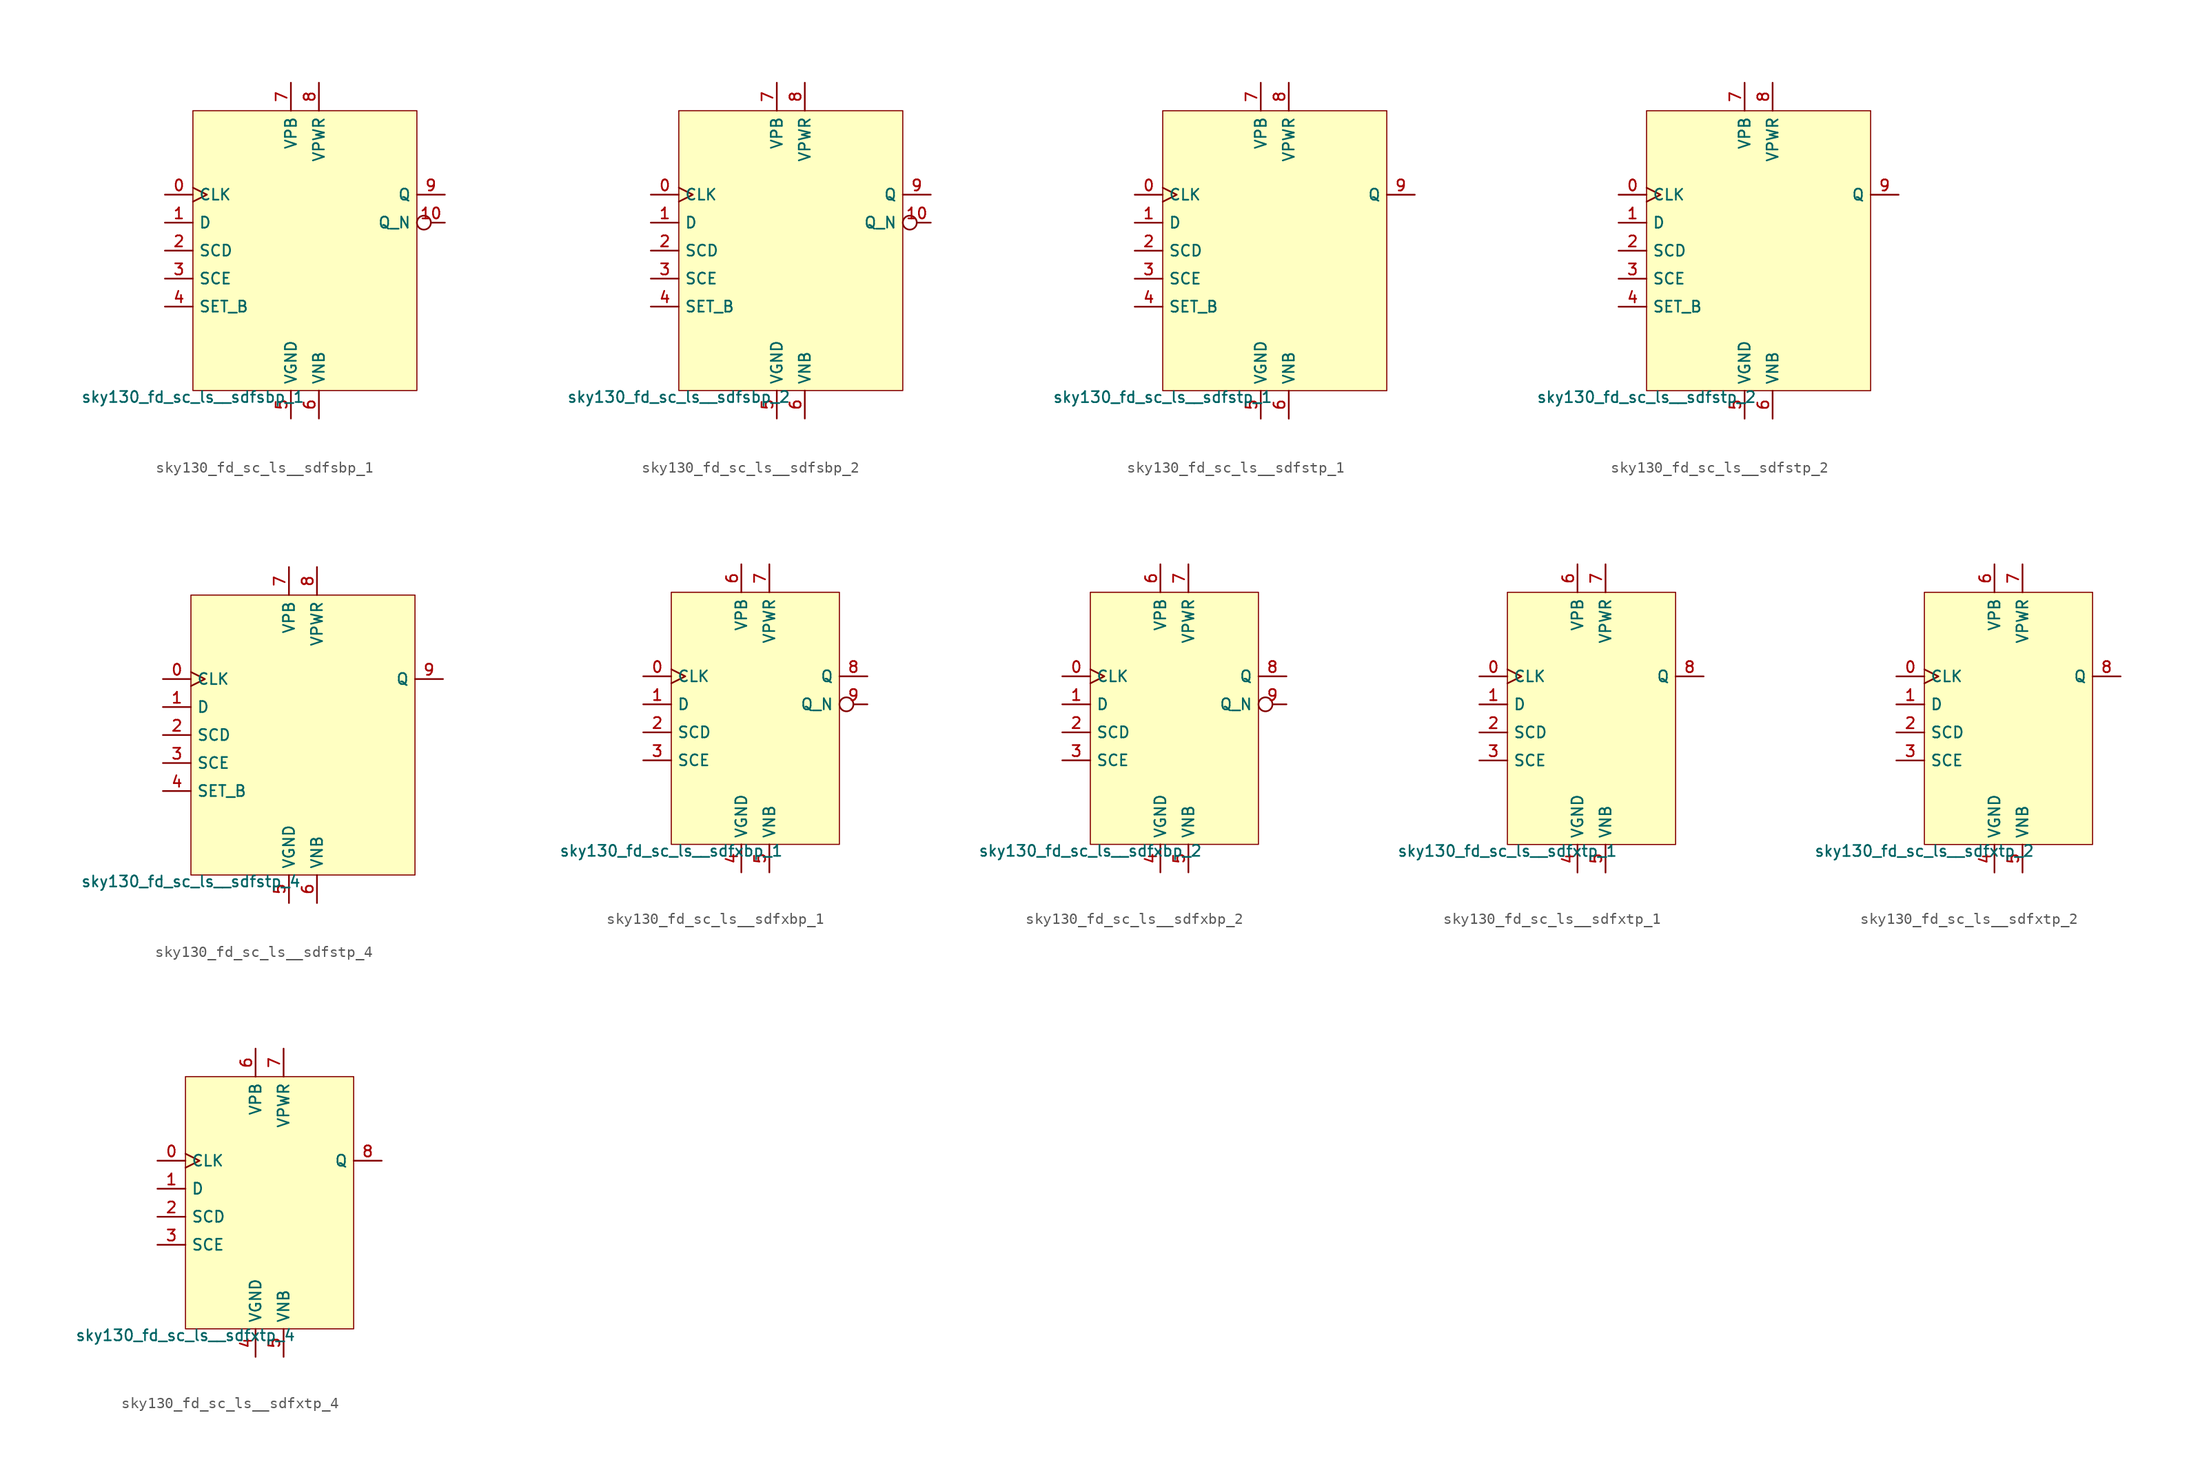
<source format=kicad_sym>
(kicad_symbol_lib
  (version 20211014)
  (generator lef2kicad_sym)
  (symbol "sky130_fd_sc_ls__sdfsbp_1"
    (property "Reference" "X"
      (at 0 0 0)
      (effects (font (size 1 1)) hide))
    (property "Value" "sky130_fd_sc_ls__sdfsbp_1"
      (at -10.16 -12.7 0)
      (effects (font (size 1 1)) (justify top)))
    (rectangle
      (start -10.16 -12.7)
      (end 10.16 12.7)
      (stroke (width 0.1) (type solid) (color 0 0 0 0))
      (fill (type background)))
    (pin input clock
      (at -12.7 5.08 0)
      (length 2.54)
      (name "CLK" (effects (font (size 1 1)) hide))
      (number "0" (effects (font (size 1 1)) hide)))
    (pin input line
      (at -12.7 2.54 0)
      (length 2.54)
      (name "D" (effects (font (size 1 1)) hide))
      (number "1" (effects (font (size 1 1)) hide)))
    (pin input line
      (at -12.7 -8.881784197001252e-16 0)
      (length 2.54)
      (name "SCD" (effects (font (size 1 1)) hide))
      (number "2" (effects (font (size 1 1)) hide)))
    (pin input line
      (at -12.7 -2.54 0)
      (length 2.54)
      (name "SCE" (effects (font (size 1 1)) hide))
      (number "3" (effects (font (size 1 1)) hide)))
    (pin input line
      (at -12.7 -5.08 0)
      (length 2.54)
      (name "SET_B" (effects (font (size 1 1)) hide))
      (number "4" (effects (font (size 1 1)) hide)))
    (pin power_in line
      (at -1.27 -15.24 90)
      (length 2.54)
      (name "VGND" (effects (font (size 1 1)) hide))
      (number "5" (effects (font (size 1 1)) hide)))
    (pin power_in line
      (at 1.27 -15.24 90)
      (length 2.54)
      (name "VNB" (effects (font (size 1 1)) hide))
      (number "6" (effects (font (size 1 1)) hide)))
    (pin power_in line
      (at -1.27 15.24 270)
      (length 2.54)
      (name "VPB" (effects (font (size 1 1)) hide))
      (number "7" (effects (font (size 1 1)) hide)))
    (pin power_in line
      (at 1.27 15.24 270)
      (length 2.54)
      (name "VPWR" (effects (font (size 1 1)) hide))
      (number "8" (effects (font (size 1 1)) hide)))
    (pin output line
      (at 12.7 5.08 180)
      (length 2.54)
      (name "Q" (effects (font (size 1 1)) hide))
      (number "9" (effects (font (size 1 1)) hide)))
    (pin output inverted
      (at 12.7 2.54 180)
      (length 2.54)
      (name "Q_N" (effects (font (size 1 1)) hide))
      (number "10" (effects (font (size 1 1)) hide))))
  (symbol "sky130_fd_sc_ls__sdfsbp_2"
    (property "Reference" "X"
      (at 0 0 0)
      (effects (font (size 1 1)) hide))
    (property "Value" "sky130_fd_sc_ls__sdfsbp_2"
      (at -10.16 -12.7 0)
      (effects (font (size 1 1)) (justify top)))
    (rectangle
      (start -10.16 -12.7)
      (end 10.16 12.7)
      (stroke (width 0.1) (type solid) (color 0 0 0 0))
      (fill (type background)))
    (pin input clock
      (at -12.7 5.08 0)
      (length 2.54)
      (name "CLK" (effects (font (size 1 1)) hide))
      (number "0" (effects (font (size 1 1)) hide)))
    (pin input line
      (at -12.7 2.54 0)
      (length 2.54)
      (name "D" (effects (font (size 1 1)) hide))
      (number "1" (effects (font (size 1 1)) hide)))
    (pin input line
      (at -12.7 -8.881784197001252e-16 0)
      (length 2.54)
      (name "SCD" (effects (font (size 1 1)) hide))
      (number "2" (effects (font (size 1 1)) hide)))
    (pin input line
      (at -12.7 -2.54 0)
      (length 2.54)
      (name "SCE" (effects (font (size 1 1)) hide))
      (number "3" (effects (font (size 1 1)) hide)))
    (pin input line
      (at -12.7 -5.08 0)
      (length 2.54)
      (name "SET_B" (effects (font (size 1 1)) hide))
      (number "4" (effects (font (size 1 1)) hide)))
    (pin power_in line
      (at -1.27 -15.24 90)
      (length 2.54)
      (name "VGND" (effects (font (size 1 1)) hide))
      (number "5" (effects (font (size 1 1)) hide)))
    (pin power_in line
      (at 1.27 -15.24 90)
      (length 2.54)
      (name "VNB" (effects (font (size 1 1)) hide))
      (number "6" (effects (font (size 1 1)) hide)))
    (pin power_in line
      (at -1.27 15.24 270)
      (length 2.54)
      (name "VPB" (effects (font (size 1 1)) hide))
      (number "7" (effects (font (size 1 1)) hide)))
    (pin power_in line
      (at 1.27 15.24 270)
      (length 2.54)
      (name "VPWR" (effects (font (size 1 1)) hide))
      (number "8" (effects (font (size 1 1)) hide)))
    (pin output line
      (at 12.7 5.08 180)
      (length 2.54)
      (name "Q" (effects (font (size 1 1)) hide))
      (number "9" (effects (font (size 1 1)) hide)))
    (pin output inverted
      (at 12.7 2.54 180)
      (length 2.54)
      (name "Q_N" (effects (font (size 1 1)) hide))
      (number "10" (effects (font (size 1 1)) hide))))
  (symbol "sky130_fd_sc_ls__sdfstp_1"
    (property "Reference" "X"
      (at 0 0 0)
      (effects (font (size 1 1)) hide))
    (property "Value" "sky130_fd_sc_ls__sdfstp_1"
      (at -10.16 -12.7 0)
      (effects (font (size 1 1)) (justify top)))
    (rectangle
      (start -10.16 -12.7)
      (end 10.16 12.7)
      (stroke (width 0.1) (type solid) (color 0 0 0 0))
      (fill (type background)))
    (pin input clock
      (at -12.7 5.08 0)
      (length 2.54)
      (name "CLK" (effects (font (size 1 1)) hide))
      (number "0" (effects (font (size 1 1)) hide)))
    (pin input line
      (at -12.7 2.54 0)
      (length 2.54)
      (name "D" (effects (font (size 1 1)) hide))
      (number "1" (effects (font (size 1 1)) hide)))
    (pin input line
      (at -12.7 -8.881784197001252e-16 0)
      (length 2.54)
      (name "SCD" (effects (font (size 1 1)) hide))
      (number "2" (effects (font (size 1 1)) hide)))
    (pin input line
      (at -12.7 -2.54 0)
      (length 2.54)
      (name "SCE" (effects (font (size 1 1)) hide))
      (number "3" (effects (font (size 1 1)) hide)))
    (pin input line
      (at -12.7 -5.08 0)
      (length 2.54)
      (name "SET_B" (effects (font (size 1 1)) hide))
      (number "4" (effects (font (size 1 1)) hide)))
    (pin power_in line
      (at -1.27 -15.24 90)
      (length 2.54)
      (name "VGND" (effects (font (size 1 1)) hide))
      (number "5" (effects (font (size 1 1)) hide)))
    (pin power_in line
      (at 1.27 -15.24 90)
      (length 2.54)
      (name "VNB" (effects (font (size 1 1)) hide))
      (number "6" (effects (font (size 1 1)) hide)))
    (pin power_in line
      (at -1.27 15.24 270)
      (length 2.54)
      (name "VPB" (effects (font (size 1 1)) hide))
      (number "7" (effects (font (size 1 1)) hide)))
    (pin power_in line
      (at 1.27 15.24 270)
      (length 2.54)
      (name "VPWR" (effects (font (size 1 1)) hide))
      (number "8" (effects (font (size 1 1)) hide)))
    (pin output line
      (at 12.7 5.08 180)
      (length 2.54)
      (name "Q" (effects (font (size 1 1)) hide))
      (number "9" (effects (font (size 1 1)) hide))))
  (symbol "sky130_fd_sc_ls__sdfstp_2"
    (property "Reference" "X"
      (at 0 0 0)
      (effects (font (size 1 1)) hide))
    (property "Value" "sky130_fd_sc_ls__sdfstp_2"
      (at -10.16 -12.7 0)
      (effects (font (size 1 1)) (justify top)))
    (rectangle
      (start -10.16 -12.7)
      (end 10.16 12.7)
      (stroke (width 0.1) (type solid) (color 0 0 0 0))
      (fill (type background)))
    (pin input clock
      (at -12.7 5.08 0)
      (length 2.54)
      (name "CLK" (effects (font (size 1 1)) hide))
      (number "0" (effects (font (size 1 1)) hide)))
    (pin input line
      (at -12.7 2.54 0)
      (length 2.54)
      (name "D" (effects (font (size 1 1)) hide))
      (number "1" (effects (font (size 1 1)) hide)))
    (pin input line
      (at -12.7 -8.881784197001252e-16 0)
      (length 2.54)
      (name "SCD" (effects (font (size 1 1)) hide))
      (number "2" (effects (font (size 1 1)) hide)))
    (pin input line
      (at -12.7 -2.54 0)
      (length 2.54)
      (name "SCE" (effects (font (size 1 1)) hide))
      (number "3" (effects (font (size 1 1)) hide)))
    (pin input line
      (at -12.7 -5.08 0)
      (length 2.54)
      (name "SET_B" (effects (font (size 1 1)) hide))
      (number "4" (effects (font (size 1 1)) hide)))
    (pin power_in line
      (at -1.27 -15.24 90)
      (length 2.54)
      (name "VGND" (effects (font (size 1 1)) hide))
      (number "5" (effects (font (size 1 1)) hide)))
    (pin power_in line
      (at 1.27 -15.24 90)
      (length 2.54)
      (name "VNB" (effects (font (size 1 1)) hide))
      (number "6" (effects (font (size 1 1)) hide)))
    (pin power_in line
      (at -1.27 15.24 270)
      (length 2.54)
      (name "VPB" (effects (font (size 1 1)) hide))
      (number "7" (effects (font (size 1 1)) hide)))
    (pin power_in line
      (at 1.27 15.24 270)
      (length 2.54)
      (name "VPWR" (effects (font (size 1 1)) hide))
      (number "8" (effects (font (size 1 1)) hide)))
    (pin output line
      (at 12.7 5.08 180)
      (length 2.54)
      (name "Q" (effects (font (size 1 1)) hide))
      (number "9" (effects (font (size 1 1)) hide))))
  (symbol "sky130_fd_sc_ls__sdfstp_4"
    (property "Reference" "X"
      (at 0 0 0)
      (effects (font (size 1 1)) hide))
    (property "Value" "sky130_fd_sc_ls__sdfstp_4"
      (at -10.16 -12.7 0)
      (effects (font (size 1 1)) (justify top)))
    (rectangle
      (start -10.16 -12.7)
      (end 10.16 12.7)
      (stroke (width 0.1) (type solid) (color 0 0 0 0))
      (fill (type background)))
    (pin input clock
      (at -12.7 5.08 0)
      (length 2.54)
      (name "CLK" (effects (font (size 1 1)) hide))
      (number "0" (effects (font (size 1 1)) hide)))
    (pin input line
      (at -12.7 2.54 0)
      (length 2.54)
      (name "D" (effects (font (size 1 1)) hide))
      (number "1" (effects (font (size 1 1)) hide)))
    (pin input line
      (at -12.7 -8.881784197001252e-16 0)
      (length 2.54)
      (name "SCD" (effects (font (size 1 1)) hide))
      (number "2" (effects (font (size 1 1)) hide)))
    (pin input line
      (at -12.7 -2.54 0)
      (length 2.54)
      (name "SCE" (effects (font (size 1 1)) hide))
      (number "3" (effects (font (size 1 1)) hide)))
    (pin input line
      (at -12.7 -5.08 0)
      (length 2.54)
      (name "SET_B" (effects (font (size 1 1)) hide))
      (number "4" (effects (font (size 1 1)) hide)))
    (pin power_in line
      (at -1.27 -15.24 90)
      (length 2.54)
      (name "VGND" (effects (font (size 1 1)) hide))
      (number "5" (effects (font (size 1 1)) hide)))
    (pin power_in line
      (at 1.27 -15.24 90)
      (length 2.54)
      (name "VNB" (effects (font (size 1 1)) hide))
      (number "6" (effects (font (size 1 1)) hide)))
    (pin power_in line
      (at -1.27 15.24 270)
      (length 2.54)
      (name "VPB" (effects (font (size 1 1)) hide))
      (number "7" (effects (font (size 1 1)) hide)))
    (pin power_in line
      (at 1.27 15.24 270)
      (length 2.54)
      (name "VPWR" (effects (font (size 1 1)) hide))
      (number "8" (effects (font (size 1 1)) hide)))
    (pin output line
      (at 12.7 5.08 180)
      (length 2.54)
      (name "Q" (effects (font (size 1 1)) hide))
      (number "9" (effects (font (size 1 1)) hide))))
  (symbol "sky130_fd_sc_ls__sdfxbp_1"
    (property "Reference" "X"
      (at 0 0 0)
      (effects (font (size 1 1)) hide))
    (property "Value" "sky130_fd_sc_ls__sdfxbp_1"
      (at -7.62 -11.43 0)
      (effects (font (size 1 1)) (justify top)))
    (rectangle
      (start -7.62 -11.43)
      (end 7.62 11.43)
      (stroke (width 0.1) (type solid) (color 0 0 0 0))
      (fill (type background)))
    (pin input clock
      (at -10.16 3.81 0)
      (length 2.54)
      (name "CLK" (effects (font (size 1 1)) hide))
      (number "0" (effects (font (size 1 1)) hide)))
    (pin input line
      (at -10.16 1.27 0)
      (length 2.54)
      (name "D" (effects (font (size 1 1)) hide))
      (number "1" (effects (font (size 1 1)) hide)))
    (pin input line
      (at -10.16 -1.27 0)
      (length 2.54)
      (name "SCD" (effects (font (size 1 1)) hide))
      (number "2" (effects (font (size 1 1)) hide)))
    (pin input line
      (at -10.16 -3.81 0)
      (length 2.54)
      (name "SCE" (effects (font (size 1 1)) hide))
      (number "3" (effects (font (size 1 1)) hide)))
    (pin power_in line
      (at -1.27 -13.97 90)
      (length 2.54)
      (name "VGND" (effects (font (size 1 1)) hide))
      (number "4" (effects (font (size 1 1)) hide)))
    (pin power_in line
      (at 1.27 -13.97 90)
      (length 2.54)
      (name "VNB" (effects (font (size 1 1)) hide))
      (number "5" (effects (font (size 1 1)) hide)))
    (pin power_in line
      (at -1.27 13.97 270)
      (length 2.54)
      (name "VPB" (effects (font (size 1 1)) hide))
      (number "6" (effects (font (size 1 1)) hide)))
    (pin power_in line
      (at 1.27 13.97 270)
      (length 2.54)
      (name "VPWR" (effects (font (size 1 1)) hide))
      (number "7" (effects (font (size 1 1)) hide)))
    (pin output line
      (at 10.16 3.81 180)
      (length 2.54)
      (name "Q" (effects (font (size 1 1)) hide))
      (number "8" (effects (font (size 1 1)) hide)))
    (pin output inverted
      (at 10.16 1.27 180)
      (length 2.54)
      (name "Q_N" (effects (font (size 1 1)) hide))
      (number "9" (effects (font (size 1 1)) hide))))
  (symbol "sky130_fd_sc_ls__sdfxbp_2"
    (property "Reference" "X"
      (at 0 0 0)
      (effects (font (size 1 1)) hide))
    (property "Value" "sky130_fd_sc_ls__sdfxbp_2"
      (at -7.62 -11.43 0)
      (effects (font (size 1 1)) (justify top)))
    (rectangle
      (start -7.62 -11.43)
      (end 7.62 11.43)
      (stroke (width 0.1) (type solid) (color 0 0 0 0))
      (fill (type background)))
    (pin input clock
      (at -10.16 3.81 0)
      (length 2.54)
      (name "CLK" (effects (font (size 1 1)) hide))
      (number "0" (effects (font (size 1 1)) hide)))
    (pin input line
      (at -10.16 1.27 0)
      (length 2.54)
      (name "D" (effects (font (size 1 1)) hide))
      (number "1" (effects (font (size 1 1)) hide)))
    (pin input line
      (at -10.16 -1.27 0)
      (length 2.54)
      (name "SCD" (effects (font (size 1 1)) hide))
      (number "2" (effects (font (size 1 1)) hide)))
    (pin input line
      (at -10.16 -3.81 0)
      (length 2.54)
      (name "SCE" (effects (font (size 1 1)) hide))
      (number "3" (effects (font (size 1 1)) hide)))
    (pin power_in line
      (at -1.27 -13.97 90)
      (length 2.54)
      (name "VGND" (effects (font (size 1 1)) hide))
      (number "4" (effects (font (size 1 1)) hide)))
    (pin power_in line
      (at 1.27 -13.97 90)
      (length 2.54)
      (name "VNB" (effects (font (size 1 1)) hide))
      (number "5" (effects (font (size 1 1)) hide)))
    (pin power_in line
      (at -1.27 13.97 270)
      (length 2.54)
      (name "VPB" (effects (font (size 1 1)) hide))
      (number "6" (effects (font (size 1 1)) hide)))
    (pin power_in line
      (at 1.27 13.97 270)
      (length 2.54)
      (name "VPWR" (effects (font (size 1 1)) hide))
      (number "7" (effects (font (size 1 1)) hide)))
    (pin output line
      (at 10.16 3.81 180)
      (length 2.54)
      (name "Q" (effects (font (size 1 1)) hide))
      (number "8" (effects (font (size 1 1)) hide)))
    (pin output inverted
      (at 10.16 1.27 180)
      (length 2.54)
      (name "Q_N" (effects (font (size 1 1)) hide))
      (number "9" (effects (font (size 1 1)) hide))))
  (symbol "sky130_fd_sc_ls__sdfxtp_1"
    (property "Reference" "X"
      (at 0 0 0)
      (effects (font (size 1 1)) hide))
    (property "Value" "sky130_fd_sc_ls__sdfxtp_1"
      (at -7.62 -11.43 0)
      (effects (font (size 1 1)) (justify top)))
    (rectangle
      (start -7.62 -11.43)
      (end 7.62 11.43)
      (stroke (width 0.1) (type solid) (color 0 0 0 0))
      (fill (type background)))
    (pin input clock
      (at -10.16 3.81 0)
      (length 2.54)
      (name "CLK" (effects (font (size 1 1)) hide))
      (number "0" (effects (font (size 1 1)) hide)))
    (pin input line
      (at -10.16 1.27 0)
      (length 2.54)
      (name "D" (effects (font (size 1 1)) hide))
      (number "1" (effects (font (size 1 1)) hide)))
    (pin input line
      (at -10.16 -1.27 0)
      (length 2.54)
      (name "SCD" (effects (font (size 1 1)) hide))
      (number "2" (effects (font (size 1 1)) hide)))
    (pin input line
      (at -10.16 -3.81 0)
      (length 2.54)
      (name "SCE" (effects (font (size 1 1)) hide))
      (number "3" (effects (font (size 1 1)) hide)))
    (pin power_in line
      (at -1.27 -13.97 90)
      (length 2.54)
      (name "VGND" (effects (font (size 1 1)) hide))
      (number "4" (effects (font (size 1 1)) hide)))
    (pin power_in line
      (at 1.27 -13.97 90)
      (length 2.54)
      (name "VNB" (effects (font (size 1 1)) hide))
      (number "5" (effects (font (size 1 1)) hide)))
    (pin power_in line
      (at -1.27 13.97 270)
      (length 2.54)
      (name "VPB" (effects (font (size 1 1)) hide))
      (number "6" (effects (font (size 1 1)) hide)))
    (pin power_in line
      (at 1.27 13.97 270)
      (length 2.54)
      (name "VPWR" (effects (font (size 1 1)) hide))
      (number "7" (effects (font (size 1 1)) hide)))
    (pin output line
      (at 10.16 3.81 180)
      (length 2.54)
      (name "Q" (effects (font (size 1 1)) hide))
      (number "8" (effects (font (size 1 1)) hide))))
  (symbol "sky130_fd_sc_ls__sdfxtp_2"
    (property "Reference" "X"
      (at 0 0 0)
      (effects (font (size 1 1)) hide))
    (property "Value" "sky130_fd_sc_ls__sdfxtp_2"
      (at -7.62 -11.43 0)
      (effects (font (size 1 1)) (justify top)))
    (rectangle
      (start -7.62 -11.43)
      (end 7.62 11.43)
      (stroke (width 0.1) (type solid) (color 0 0 0 0))
      (fill (type background)))
    (pin input clock
      (at -10.16 3.81 0)
      (length 2.54)
      (name "CLK" (effects (font (size 1 1)) hide))
      (number "0" (effects (font (size 1 1)) hide)))
    (pin input line
      (at -10.16 1.27 0)
      (length 2.54)
      (name "D" (effects (font (size 1 1)) hide))
      (number "1" (effects (font (size 1 1)) hide)))
    (pin input line
      (at -10.16 -1.27 0)
      (length 2.54)
      (name "SCD" (effects (font (size 1 1)) hide))
      (number "2" (effects (font (size 1 1)) hide)))
    (pin input line
      (at -10.16 -3.81 0)
      (length 2.54)
      (name "SCE" (effects (font (size 1 1)) hide))
      (number "3" (effects (font (size 1 1)) hide)))
    (pin power_in line
      (at -1.27 -13.97 90)
      (length 2.54)
      (name "VGND" (effects (font (size 1 1)) hide))
      (number "4" (effects (font (size 1 1)) hide)))
    (pin power_in line
      (at 1.27 -13.97 90)
      (length 2.54)
      (name "VNB" (effects (font (size 1 1)) hide))
      (number "5" (effects (font (size 1 1)) hide)))
    (pin power_in line
      (at -1.27 13.97 270)
      (length 2.54)
      (name "VPB" (effects (font (size 1 1)) hide))
      (number "6" (effects (font (size 1 1)) hide)))
    (pin power_in line
      (at 1.27 13.97 270)
      (length 2.54)
      (name "VPWR" (effects (font (size 1 1)) hide))
      (number "7" (effects (font (size 1 1)) hide)))
    (pin output line
      (at 10.16 3.81 180)
      (length 2.54)
      (name "Q" (effects (font (size 1 1)) hide))
      (number "8" (effects (font (size 1 1)) hide))))
  (symbol "sky130_fd_sc_ls__sdfxtp_4"
    (property "Reference" "X"
      (at 0 0 0)
      (effects (font (size 1 1)) hide))
    (property "Value" "sky130_fd_sc_ls__sdfxtp_4"
      (at -7.62 -11.43 0)
      (effects (font (size 1 1)) (justify top)))
    (rectangle
      (start -7.62 -11.43)
      (end 7.62 11.43)
      (stroke (width 0.1) (type solid) (color 0 0 0 0))
      (fill (type background)))
    (pin input clock
      (at -10.16 3.81 0)
      (length 2.54)
      (name "CLK" (effects (font (size 1 1)) hide))
      (number "0" (effects (font (size 1 1)) hide)))
    (pin input line
      (at -10.16 1.27 0)
      (length 2.54)
      (name "D" (effects (font (size 1 1)) hide))
      (number "1" (effects (font (size 1 1)) hide)))
    (pin input line
      (at -10.16 -1.27 0)
      (length 2.54)
      (name "SCD" (effects (font (size 1 1)) hide))
      (number "2" (effects (font (size 1 1)) hide)))
    (pin input line
      (at -10.16 -3.81 0)
      (length 2.54)
      (name "SCE" (effects (font (size 1 1)) hide))
      (number "3" (effects (font (size 1 1)) hide)))
    (pin power_in line
      (at -1.27 -13.97 90)
      (length 2.54)
      (name "VGND" (effects (font (size 1 1)) hide))
      (number "4" (effects (font (size 1 1)) hide)))
    (pin power_in line
      (at 1.27 -13.97 90)
      (length 2.54)
      (name "VNB" (effects (font (size 1 1)) hide))
      (number "5" (effects (font (size 1 1)) hide)))
    (pin power_in line
      (at -1.27 13.97 270)
      (length 2.54)
      (name "VPB" (effects (font (size 1 1)) hide))
      (number "6" (effects (font (size 1 1)) hide)))
    (pin power_in line
      (at 1.27 13.97 270)
      (length 2.54)
      (name "VPWR" (effects (font (size 1 1)) hide))
      (number "7" (effects (font (size 1 1)) hide)))
    (pin output line
      (at 10.16 3.81 180)
      (length 2.54)
      (name "Q" (effects (font (size 1 1)) hide))
      (number "8" (effects (font (size 1 1)) hide)))))
</source>
